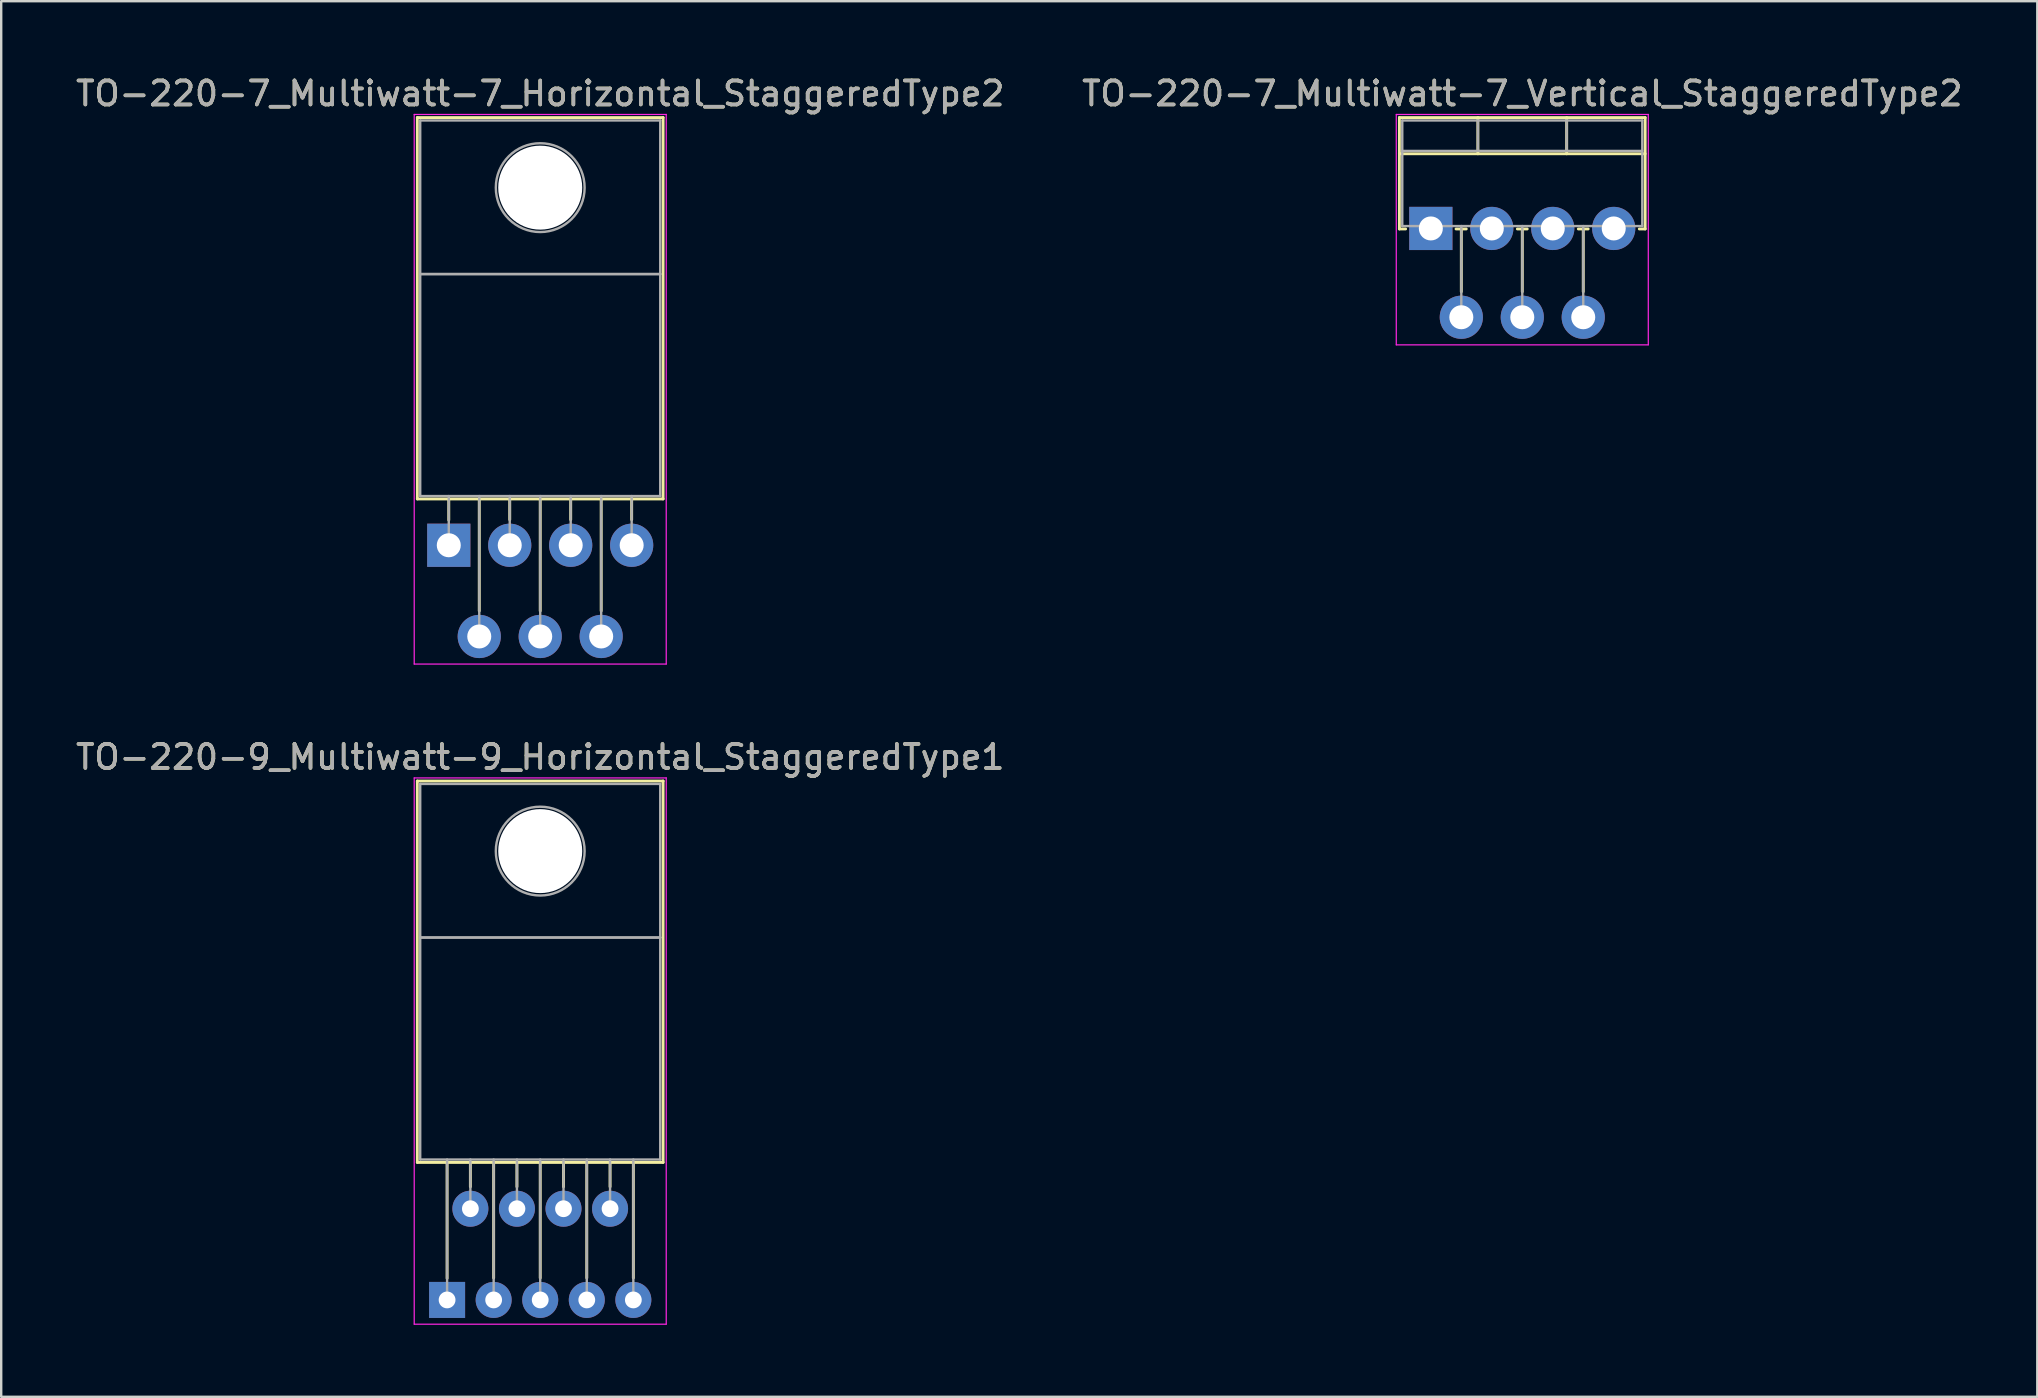
<source format=kicad_pcb>
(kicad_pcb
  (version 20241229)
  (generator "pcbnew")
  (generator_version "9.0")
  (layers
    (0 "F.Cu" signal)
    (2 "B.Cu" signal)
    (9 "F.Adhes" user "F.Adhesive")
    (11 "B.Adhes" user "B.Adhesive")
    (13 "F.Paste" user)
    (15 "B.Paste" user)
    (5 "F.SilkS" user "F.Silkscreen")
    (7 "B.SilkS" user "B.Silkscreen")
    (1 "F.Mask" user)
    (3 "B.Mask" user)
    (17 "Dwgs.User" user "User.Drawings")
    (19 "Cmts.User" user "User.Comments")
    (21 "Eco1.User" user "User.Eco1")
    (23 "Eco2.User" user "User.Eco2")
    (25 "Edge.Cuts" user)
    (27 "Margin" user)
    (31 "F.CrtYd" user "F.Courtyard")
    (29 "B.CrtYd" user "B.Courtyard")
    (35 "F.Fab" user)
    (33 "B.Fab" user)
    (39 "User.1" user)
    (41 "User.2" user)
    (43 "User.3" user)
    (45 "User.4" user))
  (footprint "TO-220-9_Multiwatt-9_Horizontal_StaggeredType1"
    (layer "F.Cu")
    (at 15.578 51.111)
    (property "Reference" "TO-220-9_Multiwatt-9_Horizontal_StaggeredType1" (at 3.88 -22.62 0) (layer "F.SilkS") (effects (font (size 1 1) (thickness 0.15))))
    (attr through_hole)
    (fp_line (start -1.241 -21.62) (end -1.241 -5.73) (stroke (width 0.12) (type solid)) (layer "F.SilkS"))
    (fp_line (start -1.241 -21.62) (end 9 -21.62) (stroke (width 0.12) (type solid)) (layer "F.SilkS"))
    (fp_line (start -1.241 -5.73) (end 9 -5.73) (stroke (width 0.12) (type solid)) (layer "F.SilkS"))
    (fp_line (start 0 -5.73) (end 0 -0.9) (stroke (width 0.12) (type solid)) (layer "F.SilkS"))
    (fp_line (start 0.97 -5.73) (end 0.97 -4.716) (stroke (width 0.12) (type solid)) (layer "F.SilkS"))
    (fp_line (start 1.94 -5.73) (end 1.94 -0.915) (stroke (width 0.12) (type solid)) (layer "F.SilkS"))
    (fp_line (start 2.91 -5.73) (end 2.91 -4.716) (stroke (width 0.12) (type solid)) (layer "F.SilkS"))
    (fp_line (start 3.88 -5.73) (end 3.88 -0.915) (stroke (width 0.12) (type solid)) (layer "F.SilkS"))
    (fp_line (start 4.85 -5.73) (end 4.85 -4.716) (stroke (width 0.12) (type solid)) (layer "F.SilkS"))
    (fp_line (start 5.82 -5.73) (end 5.82 -0.915) (stroke (width 0.12) (type solid)) (layer "F.SilkS"))
    (fp_line (start 6.79 -5.73) (end 6.79 -4.716) (stroke (width 0.12) (type solid)) (layer "F.SilkS"))
    (fp_line (start 7.76 -5.73) (end 7.76 -0.915) (stroke (width 0.12) (type solid)) (layer "F.SilkS"))
    (fp_line (start 9 -21.62) (end 9 -5.73) (stroke (width 0.12) (type solid)) (layer "F.SilkS"))
    (fp_line (start -1.37 -21.75) (end -1.37 1.01) (stroke (width 0.05) (type solid)) (layer "F.CrtYd"))
    (fp_line (start -1.37 1.01) (end 9.13 1.01) (stroke (width 0.05) (type solid)) (layer "F.CrtYd"))
    (fp_line (start 9.13 -21.75) (end -1.37 -21.75) (stroke (width 0.05) (type solid)) (layer "F.CrtYd"))
    (fp_line (start 9.13 1.01) (end 9.13 -21.75) (stroke (width 0.05) (type solid)) (layer "F.CrtYd"))
    (fp_line (start -1.12 -21.5) (end 8.88 -21.5) (stroke (width 0.1) (type solid)) (layer "F.Fab"))
    (fp_line (start -1.12 -15.1) (end -1.12 -21.5) (stroke (width 0.1) (type solid)) (layer "F.Fab"))
    (fp_line (start -1.12 -15.1) (end 8.88 -15.1) (stroke (width 0.1) (type solid)) (layer "F.Fab"))
    (fp_line (start -1.12 -5.85) (end -1.12 -15.1) (stroke (width 0.1) (type solid)) (layer "F.Fab"))
    (fp_line (start 0 -5.85) (end 0 0) (stroke (width 0.1) (type solid)) (layer "F.Fab"))
    (fp_line (start 0.97 -5.85) (end 0.97 -3.8) (stroke (width 0.1) (type solid)) (layer "F.Fab"))
    (fp_line (start 1.94 -5.85) (end 1.94 0) (stroke (width 0.1) (type solid)) (layer "F.Fab"))
    (fp_line (start 2.91 -5.85) (end 2.91 -3.8) (stroke (width 0.1) (type solid)) (layer "F.Fab"))
    (fp_line (start 3.88 -5.85) (end 3.88 0) (stroke (width 0.1) (type solid)) (layer "F.Fab"))
    (fp_line (start 4.85 -5.85) (end 4.85 -3.8) (stroke (width 0.1) (type solid)) (layer "F.Fab"))
    (fp_line (start 5.82 -5.85) (end 5.82 0) (stroke (width 0.1) (type solid)) (layer "F.Fab"))
    (fp_line (start 6.79 -5.85) (end 6.79 -3.8) (stroke (width 0.1) (type solid)) (layer "F.Fab"))
    (fp_line (start 7.76 -5.85) (end 7.76 0) (stroke (width 0.1) (type solid)) (layer "F.Fab"))
    (fp_line (start 8.88 -21.5) (end 8.88 -15.1) (stroke (width 0.1) (type solid)) (layer "F.Fab"))
    (fp_line (start 8.88 -15.1) (end -1.12 -15.1) (stroke (width 0.1) (type solid)) (layer "F.Fab"))
    (fp_line (start 8.88 -15.1) (end 8.88 -5.85) (stroke (width 0.1) (type solid)) (layer "F.Fab"))
    (fp_line (start 8.88 -5.85) (end -1.12 -5.85) (stroke (width 0.1) (type solid)) (layer "F.Fab"))
    (fp_circle (center 3.88 -18.7) (end 5.73 -18.7) (stroke (width 0.1) (type solid)) (fill no) (layer "F.Fab"))
    (fp_text user "${REFERENCE}" (at 3.88 -22.62 0) (layer "F.Fab") (effects (font (size 1 1) (thickness 0.15))))
    (pad "" np_thru_hole oval (at 3.88 -18.7) (size 3.5 3.5) (drill 3.5) (layers "*.Cu" "*.Mask"))
    (pad "1" thru_hole rect (at 0 0) (size 1.5 1.5) (drill 0.7) (layers "*.Cu" "*.Mask"))
    (pad "2" thru_hole oval (at 0.97 -3.8) (size 1.5 1.5) (drill 0.7) (layers "*.Cu" "*.Mask"))
    (pad "3" thru_hole oval (at 1.94 0) (size 1.5 1.5) (drill 0.7) (layers "*.Cu" "*.Mask"))
    (pad "4" thru_hole oval (at 2.91 -3.8) (size 1.5 1.5) (drill 0.7) (layers "*.Cu" "*.Mask"))
    (pad "5" thru_hole oval (at 3.88 0) (size 1.5 1.5) (drill 0.7) (layers "*.Cu" "*.Mask"))
    (pad "6" thru_hole oval (at 4.85 -3.8) (size 1.5 1.5) (drill 0.7) (layers "*.Cu" "*.Mask"))
    (pad "7" thru_hole oval (at 5.82 0) (size 1.5 1.5) (drill 0.7) (layers "*.Cu" "*.Mask"))
    (pad "8" thru_hole oval (at 6.79 -3.8) (size 1.5 1.5) (drill 0.7) (layers "*.Cu" "*.Mask"))
    (pad "9" thru_hole oval (at 7.76 0) (size 1.5 1.5) (drill 0.7) (layers "*.Cu" "*.Mask")))
  (footprint "TO-220-7_Multiwatt-7_Vertical_StaggeredType2"
    (layer "F.Cu")
    (at 56.565 6.468)
    (property "Reference" "TO-220-7_Multiwatt-7_Vertical_StaggeredType2" (at 3.81 -5.62 0) (layer "F.SilkS") (effects (font (size 1 1) (thickness 0.15))))
    (attr through_hole)
    (fp_line (start -1.31 -4.62) (end -1.31 0.021) (stroke (width 0.12) (type solid)) (layer "F.SilkS"))
    (fp_line (start -1.31 -4.62) (end 8.93 -4.62) (stroke (width 0.12) (type solid)) (layer "F.SilkS"))
    (fp_line (start -1.31 -3.111) (end 8.93 -3.111) (stroke (width 0.12) (type solid)) (layer "F.SilkS"))
    (fp_line (start -1.31 0.021) (end -1.05 0.021) (stroke (width 0.12) (type solid)) (layer "F.SilkS"))
    (fp_line (start 1.05 0.021) (end 1.475 0.021) (stroke (width 0.12) (type solid)) (layer "F.SilkS"))
    (fp_line (start 1.27 0.021) (end 1.27 2.635) (stroke (width 0.12) (type solid)) (layer "F.SilkS"))
    (fp_line (start 1.96 -4.62) (end 1.96 -3.111) (stroke (width 0.12) (type solid)) (layer "F.SilkS"))
    (fp_line (start 3.605 0.021) (end 4.016 0.021) (stroke (width 0.12) (type solid)) (layer "F.SilkS"))
    (fp_line (start 3.81 0.021) (end 3.81 2.635) (stroke (width 0.12) (type solid)) (layer "F.SilkS"))
    (fp_line (start 5.66 -4.62) (end 5.66 -3.111) (stroke (width 0.12) (type solid)) (layer "F.SilkS"))
    (fp_line (start 6.145 0.021) (end 6.555 0.021) (stroke (width 0.12) (type solid)) (layer "F.SilkS"))
    (fp_line (start 6.35 0.021) (end 6.35 2.635) (stroke (width 0.12) (type solid)) (layer "F.SilkS"))
    (fp_line (start 8.685 0.021) (end 8.93 0.021) (stroke (width 0.12) (type solid)) (layer "F.SilkS"))
    (fp_line (start 8.93 -4.62) (end 8.93 0.021) (stroke (width 0.12) (type solid)) (layer "F.SilkS"))
    (fp_line (start -1.44 -4.75) (end -1.44 4.85) (stroke (width 0.05) (type solid)) (layer "F.CrtYd"))
    (fp_line (start -1.44 4.85) (end 9.06 4.85) (stroke (width 0.05) (type solid)) (layer "F.CrtYd"))
    (fp_line (start 9.06 -4.75) (end -1.44 -4.75) (stroke (width 0.05) (type solid)) (layer "F.CrtYd"))
    (fp_line (start 9.06 4.85) (end 9.06 -4.75) (stroke (width 0.05) (type solid)) (layer "F.CrtYd"))
    (fp_line (start -1.19 -4.5) (end -1.19 -0.1) (stroke (width 0.1) (type solid)) (layer "F.Fab"))
    (fp_line (start -1.19 -3.23) (end 8.81 -3.23) (stroke (width 0.1) (type solid)) (layer "F.Fab"))
    (fp_line (start -1.19 -0.1) (end 8.81 -0.1) (stroke (width 0.1) (type solid)) (layer "F.Fab"))
    (fp_line (start 0 -0.1) (end 0 0) (stroke (width 0.1) (type solid)) (layer "F.Fab"))
    (fp_line (start 1.27 -0.1) (end 1.27 3.7) (stroke (width 0.1) (type solid)) (layer "F.Fab"))
    (fp_line (start 1.96 -4.5) (end 1.96 -3.23) (stroke (width 0.1) (type solid)) (layer "F.Fab"))
    (fp_line (start 2.54 -0.1) (end 2.54 0) (stroke (width 0.1) (type solid)) (layer "F.Fab"))
    (fp_line (start 3.81 -0.1) (end 3.81 3.7) (stroke (width 0.1) (type solid)) (layer "F.Fab"))
    (fp_line (start 5.08 -0.1) (end 5.08 0) (stroke (width 0.1) (type solid)) (layer "F.Fab"))
    (fp_line (start 5.66 -4.5) (end 5.66 -3.23) (stroke (width 0.1) (type solid)) (layer "F.Fab"))
    (fp_line (start 6.35 -0.1) (end 6.35 3.7) (stroke (width 0.1) (type solid)) (layer "F.Fab"))
    (fp_line (start 7.62 -0.1) (end 7.62 0) (stroke (width 0.1) (type solid)) (layer "F.Fab"))
    (fp_line (start 8.81 -4.5) (end -1.19 -4.5) (stroke (width 0.1) (type solid)) (layer "F.Fab"))
    (fp_line (start 8.81 -0.1) (end 8.81 -4.5) (stroke (width 0.1) (type solid)) (layer "F.Fab"))
    (fp_text user "${REFERENCE}" (at 3.81 -5.62 0) (layer "F.Fab") (effects (font (size 1 1) (thickness 0.15))))
    (pad "1" thru_hole rect (at 0 0) (size 1.8 1.8) (drill 1) (layers "*.Cu" "*.Mask"))
    (pad "2" thru_hole oval (at 1.27 3.7) (size 1.8 1.8) (drill 1) (layers "*.Cu" "*.Mask"))
    (pad "3" thru_hole oval (at 2.54 0) (size 1.8 1.8) (drill 1) (layers "*.Cu" "*.Mask"))
    (pad "4" thru_hole oval (at 3.81 3.7) (size 1.8 1.8) (drill 1) (layers "*.Cu" "*.Mask"))
    (pad "5" thru_hole oval (at 5.08 0) (size 1.8 1.8) (drill 1) (layers "*.Cu" "*.Mask"))
    (pad "6" thru_hole oval (at 6.35 3.7) (size 1.8 1.8) (drill 1) (layers "*.Cu" "*.Mask"))
    (pad "7" thru_hole oval (at 7.62 0) (size 1.8 1.8) (drill 1) (layers "*.Cu" "*.Mask")))
  (footprint "TO-220-7_Multiwatt-7_Horizontal_StaggeredType2"
    (layer "F.Cu")
    (at 15.648 19.668)
    (property "Reference" "TO-220-7_Multiwatt-7_Horizontal_StaggeredType2" (at 3.81 -18.82 0) (layer "F.SilkS") (effects (font (size 1 1) (thickness 0.15))))
    (attr through_hole)
    (fp_line (start -1.31 -17.82) (end -1.31 -1.93) (stroke (width 0.12) (type solid)) (layer "F.SilkS"))
    (fp_line (start -1.31 -17.82) (end 8.93 -17.82) (stroke (width 0.12) (type solid)) (layer "F.SilkS"))
    (fp_line (start -1.31 -1.93) (end 8.93 -1.93) (stroke (width 0.12) (type solid)) (layer "F.SilkS"))
    (fp_line (start 0 -1.93) (end 0 -1.05) (stroke (width 0.12) (type solid)) (layer "F.SilkS"))
    (fp_line (start 1.27 -1.93) (end 1.27 2.735) (stroke (width 0.12) (type solid)) (layer "F.SilkS"))
    (fp_line (start 2.54 -1.93) (end 2.54 -1.066) (stroke (width 0.12) (type solid)) (layer "F.SilkS"))
    (fp_line (start 3.81 -1.93) (end 3.81 2.735) (stroke (width 0.12) (type solid)) (layer "F.SilkS"))
    (fp_line (start 5.08 -1.93) (end 5.08 -1.066) (stroke (width 0.12) (type solid)) (layer "F.SilkS"))
    (fp_line (start 6.35 -1.93) (end 6.35 2.735) (stroke (width 0.12) (type solid)) (layer "F.SilkS"))
    (fp_line (start 7.62 -1.93) (end 7.62 -1.066) (stroke (width 0.12) (type solid)) (layer "F.SilkS"))
    (fp_line (start 8.93 -17.82) (end 8.93 -1.93) (stroke (width 0.12) (type solid)) (layer "F.SilkS"))
    (fp_line (start -1.44 -17.95) (end -1.44 4.95) (stroke (width 0.05) (type solid)) (layer "F.CrtYd"))
    (fp_line (start -1.44 4.95) (end 9.06 4.95) (stroke (width 0.05) (type solid)) (layer "F.CrtYd"))
    (fp_line (start 9.06 -17.95) (end -1.44 -17.95) (stroke (width 0.05) (type solid)) (layer "F.CrtYd"))
    (fp_line (start 9.06 4.95) (end 9.06 -17.95) (stroke (width 0.05) (type solid)) (layer "F.CrtYd"))
    (fp_line (start -1.19 -17.7) (end 8.81 -17.7) (stroke (width 0.1) (type solid)) (layer "F.Fab"))
    (fp_line (start -1.19 -11.3) (end -1.19 -17.7) (stroke (width 0.1) (type solid)) (layer "F.Fab"))
    (fp_line (start -1.19 -11.3) (end 8.81 -11.3) (stroke (width 0.1) (type solid)) (layer "F.Fab"))
    (fp_line (start -1.19 -2.05) (end -1.19 -11.3) (stroke (width 0.1) (type solid)) (layer "F.Fab"))
    (fp_line (start 0 -2.05) (end 0 0) (stroke (width 0.1) (type solid)) (layer "F.Fab"))
    (fp_line (start 1.27 -2.05) (end 1.27 3.8) (stroke (width 0.1) (type solid)) (layer "F.Fab"))
    (fp_line (start 2.54 -2.05) (end 2.54 0) (stroke (width 0.1) (type solid)) (layer "F.Fab"))
    (fp_line (start 3.81 -2.05) (end 3.81 3.8) (stroke (width 0.1) (type solid)) (layer "F.Fab"))
    (fp_line (start 5.08 -2.05) (end 5.08 0) (stroke (width 0.1) (type solid)) (layer "F.Fab"))
    (fp_line (start 6.35 -2.05) (end 6.35 3.8) (stroke (width 0.1) (type solid)) (layer "F.Fab"))
    (fp_line (start 7.62 -2.05) (end 7.62 0) (stroke (width 0.1) (type solid)) (layer "F.Fab"))
    (fp_line (start 8.81 -17.7) (end 8.81 -11.3) (stroke (width 0.1) (type solid)) (layer "F.Fab"))
    (fp_line (start 8.81 -11.3) (end -1.19 -11.3) (stroke (width 0.1) (type solid)) (layer "F.Fab"))
    (fp_line (start 8.81 -11.3) (end 8.81 -2.05) (stroke (width 0.1) (type solid)) (layer "F.Fab"))
    (fp_line (start 8.81 -2.05) (end -1.19 -2.05) (stroke (width 0.1) (type solid)) (layer "F.Fab"))
    (fp_circle (center 3.81 -14.9) (end 5.66 -14.9) (stroke (width 0.1) (type solid)) (fill no) (layer "F.Fab"))
    (fp_text user "${REFERENCE}" (at 3.81 -18.82 0) (layer "F.Fab") (effects (font (size 1 1) (thickness 0.15))))
    (pad "" np_thru_hole oval (at 3.81 -14.9) (size 3.5 3.5) (drill 3.5) (layers "*.Cu" "*.Mask"))
    (pad "1" thru_hole rect (at 0 0) (size 1.8 1.8) (drill 1) (layers "*.Cu" "*.Mask"))
    (pad "2" thru_hole oval (at 1.27 3.8) (size 1.8 1.8) (drill 1) (layers "*.Cu" "*.Mask"))
    (pad "3" thru_hole oval (at 2.54 0) (size 1.8 1.8) (drill 1) (layers "*.Cu" "*.Mask"))
    (pad "4" thru_hole oval (at 3.81 3.8) (size 1.8 1.8) (drill 1) (layers "*.Cu" "*.Mask"))
    (pad "5" thru_hole oval (at 5.08 0) (size 1.8 1.8) (drill 1) (layers "*.Cu" "*.Mask"))
    (pad "6" thru_hole oval (at 6.35 3.8) (size 1.8 1.8) (drill 1) (layers "*.Cu" "*.Mask"))
    (pad "7" thru_hole oval (at 7.62 0) (size 1.8 1.8) (drill 1) (layers "*.Cu" "*.Mask")))
  (gr_rect
    (start -3 -3)
    (end 81.833 55.147)
    (stroke (width 0.1) (type default))
    (fill no)
    (layer "Edge.Cuts")))
</source>
